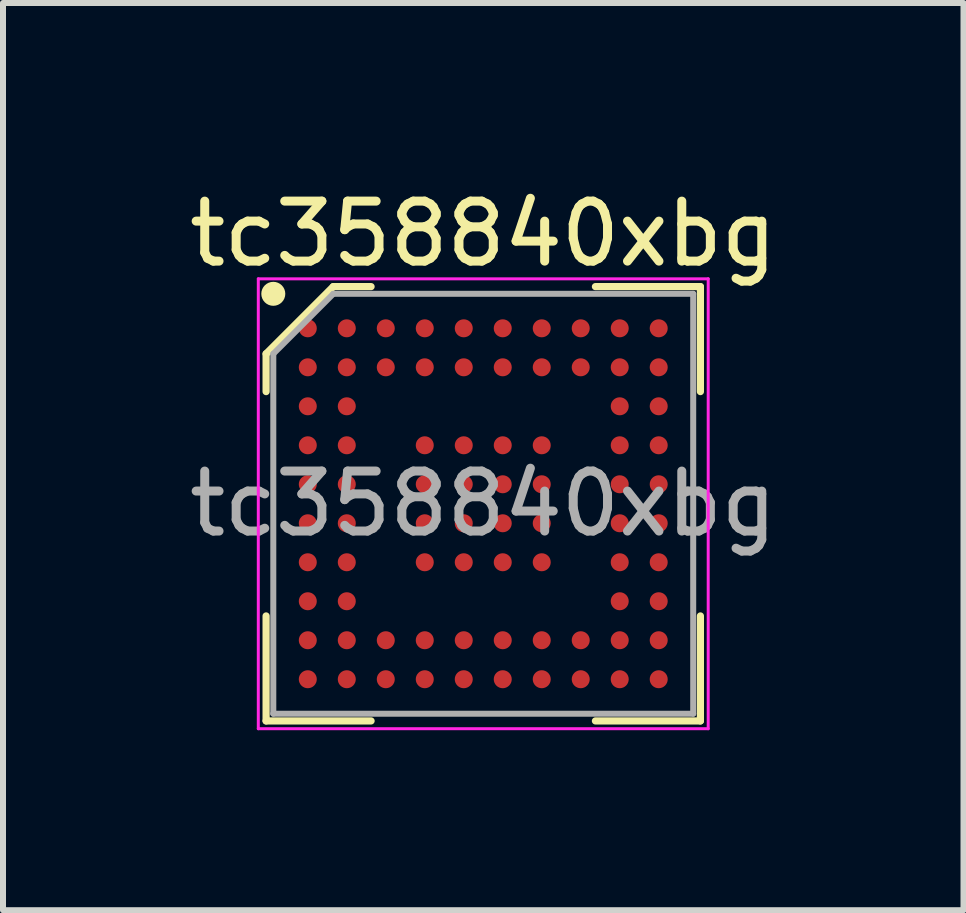
<source format=kicad_pcb>
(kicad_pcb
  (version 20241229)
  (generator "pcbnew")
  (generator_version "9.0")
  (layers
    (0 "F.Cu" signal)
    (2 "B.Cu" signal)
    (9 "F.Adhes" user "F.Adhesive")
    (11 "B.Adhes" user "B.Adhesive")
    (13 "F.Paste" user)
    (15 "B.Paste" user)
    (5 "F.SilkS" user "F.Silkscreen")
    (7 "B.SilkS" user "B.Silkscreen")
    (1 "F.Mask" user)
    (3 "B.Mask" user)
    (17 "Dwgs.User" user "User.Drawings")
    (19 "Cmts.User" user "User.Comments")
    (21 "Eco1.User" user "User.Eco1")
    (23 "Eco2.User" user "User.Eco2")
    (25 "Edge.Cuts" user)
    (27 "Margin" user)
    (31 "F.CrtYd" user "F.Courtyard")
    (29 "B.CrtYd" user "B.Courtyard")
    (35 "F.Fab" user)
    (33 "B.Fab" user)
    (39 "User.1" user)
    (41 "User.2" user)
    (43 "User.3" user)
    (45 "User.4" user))
  (footprint "tc358840xbg"
    (layer "F.Cu")
    (at 5.006 5.348)
    (property "Reference" "tc358840xbg" (at 0 -4.5 0) (layer "F.SilkS") (effects (font (size 1 1) (thickness 0.15))))
    (attr smd)
    (fp_line (start -3.62 -2.5) (end -3.62 -1.87) (stroke (width 0.12) (type default)) (layer "F.SilkS"))
    (fp_line (start -3.62 3.62) (end -3.62 1.87) (stroke (width 0.12) (type default)) (layer "F.SilkS"))
    (fp_line (start -2.5 -3.62) (end -3.62 -2.5) (stroke (width 0.12) (type default)) (layer "F.SilkS"))
    (fp_line (start -1.87 -3.62) (end -2.5 -3.62) (stroke (width 0.12) (type default)) (layer "F.SilkS"))
    (fp_line (start -1.87 3.62) (end -3.62 3.62) (stroke (width 0.12) (type default)) (layer "F.SilkS"))
    (fp_line (start 1.87 -3.62) (end 3.62 -3.62) (stroke (width 0.12) (type default)) (layer "F.SilkS"))
    (fp_line (start 1.87 3.62) (end 3.62 3.62) (stroke (width 0.12) (type default)) (layer "F.SilkS"))
    (fp_line (start 3.62 -3.62) (end 3.62 -1.87) (stroke (width 0.12) (type default)) (layer "F.SilkS"))
    (fp_line (start 3.62 3.62) (end 3.62 1.87) (stroke (width 0.12) (type default)) (layer "F.SilkS"))
    (fp_circle (center -3.5 -3.5) (end -3.5 -3.4) (stroke (width 0.2) (type default)) (fill no) (layer "F.SilkS"))
    (fp_line (start -3.75 -3.75) (end 3.75 -3.75) (stroke (width 0.05) (type default)) (layer "F.CrtYd"))
    (fp_line (start -3.75 3.75) (end -3.75 -3.75) (stroke (width 0.05) (type default)) (layer "F.CrtYd"))
    (fp_line (start 3.75 -3.75) (end 3.75 3.75) (stroke (width 0.05) (type default)) (layer "F.CrtYd"))
    (fp_line (start 3.75 3.75) (end -3.75 3.75) (stroke (width 0.05) (type default)) (layer "F.CrtYd"))
    (fp_line (start -3.5 -2.5) (end -3.5 3.5) (stroke (width 0.1) (type default)) (layer "F.Fab"))
    (fp_line (start -3.5 3.5) (end 3.5 3.5) (stroke (width 0.1) (type default)) (layer "F.Fab"))
    (fp_line (start -2.5 -3.5) (end -3.5 -2.5) (stroke (width 0.1) (type default)) (layer "F.Fab"))
    (fp_line (start 3.5 -3.5) (end -2.5 -3.5) (stroke (width 0.1) (type default)) (layer "F.Fab"))
    (fp_line (start 3.5 3.5) (end 3.5 -3.5) (stroke (width 0.1) (type default)) (layer "F.Fab"))
    (fp_text user "${REFERENCE}" (at 0 0 0) (layer "F.Fab") (effects (font (size 1 1) (thickness 0.15))))
    (pad "A1" smd circle (at -2.925 -2.925) (size 0.3 0.3) (layers "F.Cu" "F.Mask" "F.Paste"))
    (pad "A2" smd circle (at -2.275 -2.925) (size 0.3 0.3) (layers "F.Cu" "F.Mask" "F.Paste"))
    (pad "A3" smd circle (at -1.625 -2.925) (size 0.3 0.3) (layers "F.Cu" "F.Mask" "F.Paste"))
    (pad "A4" smd circle (at -0.975 -2.925) (size 0.3 0.3) (layers "F.Cu" "F.Mask" "F.Paste"))
    (pad "A5" smd circle (at -0.325 -2.925) (size 0.3 0.3) (layers "F.Cu" "F.Mask" "F.Paste"))
    (pad "A6" smd circle (at 0.325 -2.925) (size 0.3 0.3) (layers "F.Cu" "F.Mask" "F.Paste"))
    (pad "A7" smd circle (at 0.975 -2.925) (size 0.3 0.3) (layers "F.Cu" "F.Mask" "F.Paste"))
    (pad "A8" smd circle (at 1.625 -2.925) (size 0.3 0.3) (layers "F.Cu" "F.Mask" "F.Paste"))
    (pad "A9" smd circle (at 2.275 -2.925) (size 0.3 0.3) (layers "F.Cu" "F.Mask" "F.Paste"))
    (pad "A10" smd circle (at 2.925 -2.925) (size 0.3 0.3) (layers "F.Cu" "F.Mask" "F.Paste"))
    (pad "B1" smd circle (at -2.925 -2.275) (size 0.3 0.3) (layers "F.Cu" "F.Mask" "F.Paste"))
    (pad "B2" smd circle (at -2.275 -2.275) (size 0.3 0.3) (layers "F.Cu" "F.Mask" "F.Paste"))
    (pad "B3" smd circle (at -1.625 -2.275) (size 0.3 0.3) (layers "F.Cu" "F.Mask" "F.Paste"))
    (pad "B4" smd circle (at -0.975 -2.275) (size 0.3 0.3) (layers "F.Cu" "F.Mask" "F.Paste"))
    (pad "B5" smd circle (at -0.325 -2.275) (size 0.3 0.3) (layers "F.Cu" "F.Mask" "F.Paste"))
    (pad "B6" smd circle (at 0.325 -2.275) (size 0.3 0.3) (layers "F.Cu" "F.Mask" "F.Paste"))
    (pad "B7" smd circle (at 0.975 -2.275) (size 0.3 0.3) (layers "F.Cu" "F.Mask" "F.Paste"))
    (pad "B8" smd circle (at 1.625 -2.275) (size 0.3 0.3) (layers "F.Cu" "F.Mask" "F.Paste"))
    (pad "B9" smd circle (at 2.275 -2.275) (size 0.3 0.3) (layers "F.Cu" "F.Mask" "F.Paste"))
    (pad "B10" smd circle (at 2.925 -2.275) (size 0.3 0.3) (layers "F.Cu" "F.Mask" "F.Paste"))
    (pad "C1" smd circle (at -2.925 -1.625) (size 0.3 0.3) (layers "F.Cu" "F.Mask" "F.Paste"))
    (pad "C2" smd circle (at -2.275 -1.625) (size 0.3 0.3) (layers "F.Cu" "F.Mask" "F.Paste"))
    (pad "C9" smd circle (at 2.275 -1.625) (size 0.3 0.3) (layers "F.Cu" "F.Mask" "F.Paste"))
    (pad "C10" smd circle (at 2.925 -1.625) (size 0.3 0.3) (layers "F.Cu" "F.Mask" "F.Paste"))
    (pad "D1" smd circle (at -2.925 -0.975) (size 0.3 0.3) (layers "F.Cu" "F.Mask" "F.Paste"))
    (pad "D2" smd circle (at -2.275 -0.975) (size 0.3 0.3) (layers "F.Cu" "F.Mask" "F.Paste"))
    (pad "D4" smd circle (at -0.975 -0.975) (size 0.3 0.3) (layers "F.Cu" "F.Mask" "F.Paste"))
    (pad "D5" smd circle (at -0.325 -0.975) (size 0.3 0.3) (layers "F.Cu" "F.Mask" "F.Paste"))
    (pad "D6" smd circle (at 0.325 -0.975) (size 0.3 0.3) (layers "F.Cu" "F.Mask" "F.Paste"))
    (pad "D7" smd circle (at 0.975 -0.975) (size 0.3 0.3) (layers "F.Cu" "F.Mask" "F.Paste"))
    (pad "D9" smd circle (at 2.275 -0.975) (size 0.3 0.3) (layers "F.Cu" "F.Mask" "F.Paste"))
    (pad "D10" smd circle (at 2.925 -0.975) (size 0.3 0.3) (layers "F.Cu" "F.Mask" "F.Paste"))
    (pad "E1" smd circle (at -2.925 -0.325) (size 0.3 0.3) (layers "F.Cu" "F.Mask" "F.Paste"))
    (pad "E2" smd circle (at -2.275 -0.325) (size 0.3 0.3) (layers "F.Cu" "F.Mask" "F.Paste"))
    (pad "E4" smd circle (at -0.975 -0.325) (size 0.3 0.3) (layers "F.Cu" "F.Mask" "F.Paste"))
    (pad "E5" smd circle (at -0.325 -0.325) (size 0.3 0.3) (layers "F.Cu" "F.Mask" "F.Paste"))
    (pad "E6" smd circle (at 0.325 -0.325) (size 0.3 0.3) (layers "F.Cu" "F.Mask" "F.Paste"))
    (pad "E7" smd circle (at 0.975 -0.325) (size 0.3 0.3) (layers "F.Cu" "F.Mask" "F.Paste"))
    (pad "E9" smd circle (at 2.275 -0.325) (size 0.3 0.3) (layers "F.Cu" "F.Mask" "F.Paste"))
    (pad "E10" smd circle (at 2.925 -0.325) (size 0.3 0.3) (layers "F.Cu" "F.Mask" "F.Paste"))
    (pad "F1" smd circle (at -2.925 0.325) (size 0.3 0.3) (layers "F.Cu" "F.Mask" "F.Paste"))
    (pad "F2" smd circle (at -2.275 0.325) (size 0.3 0.3) (layers "F.Cu" "F.Mask" "F.Paste"))
    (pad "F4" smd circle (at -0.975 0.325) (size 0.3 0.3) (layers "F.Cu" "F.Mask" "F.Paste"))
    (pad "F5" smd circle (at -0.325 0.325) (size 0.3 0.3) (layers "F.Cu" "F.Mask" "F.Paste"))
    (pad "F6" smd circle (at 0.325 0.325) (size 0.3 0.3) (layers "F.Cu" "F.Mask" "F.Paste"))
    (pad "F7" smd circle (at 0.975 0.325) (size 0.3 0.3) (layers "F.Cu" "F.Mask" "F.Paste"))
    (pad "F9" smd circle (at 2.275 0.325) (size 0.3 0.3) (layers "F.Cu" "F.Mask" "F.Paste"))
    (pad "F10" smd circle (at 2.925 0.325) (size 0.3 0.3) (layers "F.Cu" "F.Mask" "F.Paste"))
    (pad "G1" smd circle (at -2.925 0.975) (size 0.3 0.3) (layers "F.Cu" "F.Mask" "F.Paste"))
    (pad "G2" smd circle (at -2.275 0.975) (size 0.3 0.3) (layers "F.Cu" "F.Mask" "F.Paste"))
    (pad "G4" smd circle (at -0.975 0.975) (size 0.3 0.3) (layers "F.Cu" "F.Mask" "F.Paste"))
    (pad "G5" smd circle (at -0.325 0.975) (size 0.3 0.3) (layers "F.Cu" "F.Mask" "F.Paste"))
    (pad "G6" smd circle (at 0.325 0.975) (size 0.3 0.3) (layers "F.Cu" "F.Mask" "F.Paste"))
    (pad "G7" smd circle (at 0.975 0.975) (size 0.3 0.3) (layers "F.Cu" "F.Mask" "F.Paste"))
    (pad "G9" smd circle (at 2.275 0.975) (size 0.3 0.3) (layers "F.Cu" "F.Mask" "F.Paste"))
    (pad "G10" smd circle (at 2.925 0.975) (size 0.3 0.3) (layers "F.Cu" "F.Mask" "F.Paste"))
    (pad "H1" smd circle (at -2.925 1.625) (size 0.3 0.3) (layers "F.Cu" "F.Mask" "F.Paste"))
    (pad "H2" smd circle (at -2.275 1.625) (size 0.3 0.3) (layers "F.Cu" "F.Mask" "F.Paste"))
    (pad "H9" smd circle (at 2.275 1.625) (size 0.3 0.3) (layers "F.Cu" "F.Mask" "F.Paste"))
    (pad "H10" smd circle (at 2.925 1.625) (size 0.3 0.3) (layers "F.Cu" "F.Mask" "F.Paste"))
    (pad "J1" smd circle (at -2.925 2.275) (size 0.3 0.3) (layers "F.Cu" "F.Mask" "F.Paste"))
    (pad "J2" smd circle (at -2.275 2.275) (size 0.3 0.3) (layers "F.Cu" "F.Mask" "F.Paste"))
    (pad "J3" smd circle (at -1.625 2.275) (size 0.3 0.3) (layers "F.Cu" "F.Mask" "F.Paste"))
    (pad "J4" smd circle (at -0.975 2.275) (size 0.3 0.3) (layers "F.Cu" "F.Mask" "F.Paste"))
    (pad "J5" smd circle (at -0.325 2.275) (size 0.3 0.3) (layers "F.Cu" "F.Mask" "F.Paste"))
    (pad "J6" smd circle (at 0.325 2.275) (size 0.3 0.3) (layers "F.Cu" "F.Mask" "F.Paste"))
    (pad "J7" smd circle (at 0.975 2.275) (size 0.3 0.3) (layers "F.Cu" "F.Mask" "F.Paste"))
    (pad "J8" smd circle (at 1.625 2.275) (size 0.3 0.3) (layers "F.Cu" "F.Mask" "F.Paste"))
    (pad "J9" smd circle (at 2.275 2.275) (size 0.3 0.3) (layers "F.Cu" "F.Mask" "F.Paste"))
    (pad "J10" smd circle (at 2.925 2.275) (size 0.3 0.3) (layers "F.Cu" "F.Mask" "F.Paste"))
    (pad "K1" smd circle (at -2.925 2.925) (size 0.3 0.3) (layers "F.Cu" "F.Mask" "F.Paste"))
    (pad "K2" smd circle (at -2.275 2.925) (size 0.3 0.3) (layers "F.Cu" "F.Mask" "F.Paste"))
    (pad "K3" smd circle (at -1.625 2.925) (size 0.3 0.3) (layers "F.Cu" "F.Mask" "F.Paste"))
    (pad "K4" smd circle (at -0.975 2.925) (size 0.3 0.3) (layers "F.Cu" "F.Mask" "F.Paste"))
    (pad "K5" smd circle (at -0.325 2.925) (size 0.3 0.3) (layers "F.Cu" "F.Mask" "F.Paste"))
    (pad "K6" smd circle (at 0.325 2.925) (size 0.3 0.3) (layers "F.Cu" "F.Mask" "F.Paste"))
    (pad "K7" smd circle (at 0.975 2.925) (size 0.3 0.3) (layers "F.Cu" "F.Mask" "F.Paste"))
    (pad "K8" smd circle (at 1.625 2.925) (size 0.3 0.3) (layers "F.Cu" "F.Mask" "F.Paste"))
    (pad "K9" smd circle (at 2.275 2.925) (size 0.3 0.3) (layers "F.Cu" "F.Mask" "F.Paste"))
    (pad "K10" smd circle (at 2.925 2.925) (size 0.3 0.3) (layers "F.Cu" "F.Mask" "F.Paste")))
  (gr_rect
    (start -3 -3)
    (end 13.012 12.123)
    (stroke (width 0.1) (type default))
    (fill no)
    (layer "Edge.Cuts")))
</source>
